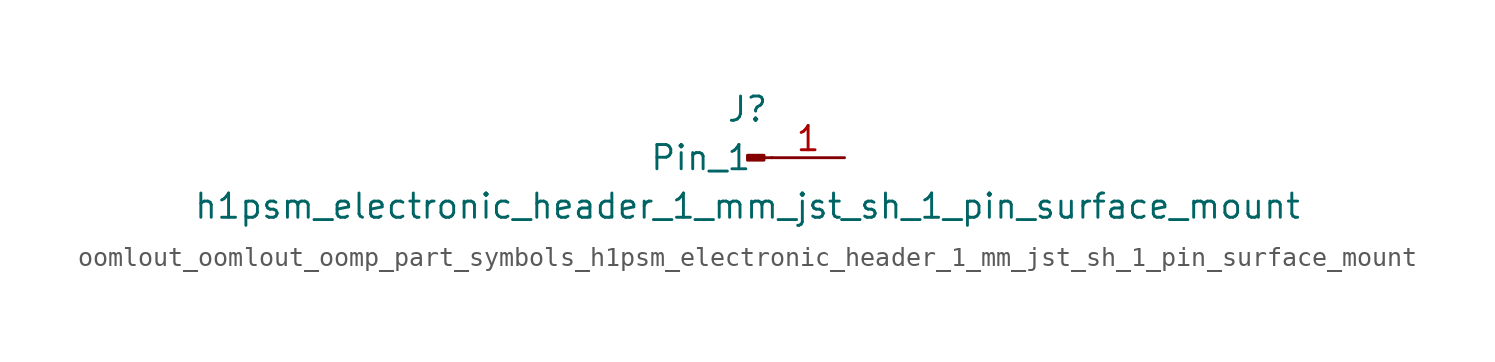
<source format=kicad_sym>
(kicad_symbol_lib
  (version 20220914)
  (generator kicad_symbol_editor)
  (symbol "oomlout_oomlout_oomp_part_symbols_h1psm_electronic_header_1_mm_jst_sh_1_pin_surface_mount"
    (pin_names
      (offset 1.016))
    (property "Reference" "J"
      (at 0 2.54 0)
      (effects (font (size 1.27 1.27))))
    (property "Value" "h1psm_electronic_header_1_mm_jst_sh_1_pin_surface_mount"
      (at 0 -2.54 0)
      (effects (font (size 1.27 1.27))))
    (property "ki_locked" ""
      (at 0 0 0)
      (effects (font (size 1.27 1.27))))
    (symbol "oomlout_oomlout_oomp_part_symbols_h1psm_electronic_header_1_mm_jst_sh_1_pin_surface_mount_1_1"
      (polyline (pts (xy 1.27 0) (xy 0.864 0)) (stroke (width 0.152) (type default)) (fill (type none)))
      (rectangle (start 0.864 0.127) (end 0 -0.127) (stroke (width 0.152) (type default)) (fill (type outline)))
      (pin passive line (at 5.08 0 180) (length 3.81) (name "Pin_1" (effects (font (size 1.27 1.27)))) (number "1" (effects (font (size 1.27 1.27))))))))
</source>
